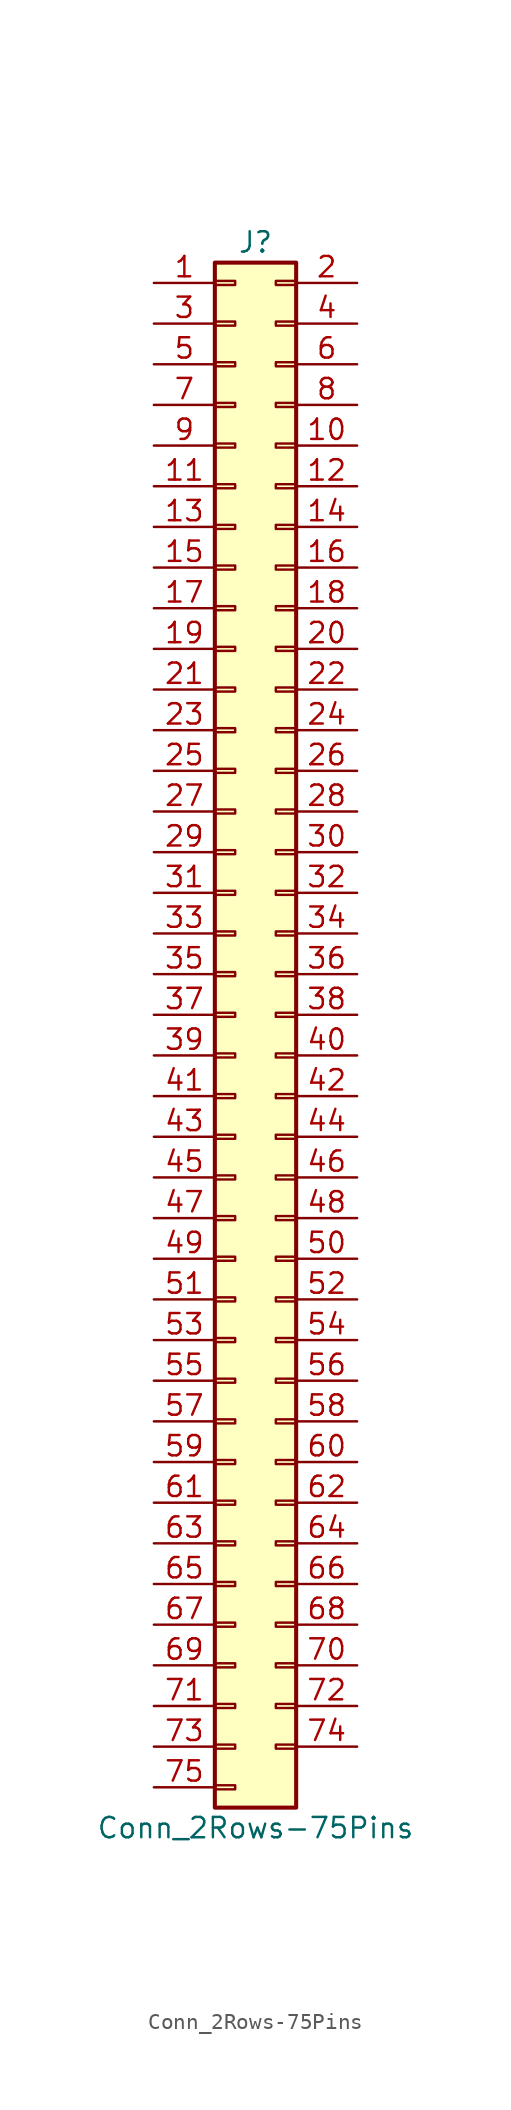
<source format=kicad_sym>
(kicad_symbol_lib
  (version 20220914)
  (generator kicad_symbol_editor)
  (symbol "Conn_2Rows-75Pins"
    (pin_names
      (offset 1.016) hide)
    (property "Reference" "J"
      (at 1.27 48.26 0)
      (effects (font (size 1.27 1.27))))
    (property "Value" "Conn_2Rows-75Pins"
      (at 1.27 -50.8 0)
      (effects (font (size 1.27 1.27))))
    (symbol "Conn_2Rows-75Pins_1_1"
      (rectangle (start -1.27 -48.133) (end 0 -48.387) (stroke (width 0.152) (type default)) (fill (type none)))
      (rectangle (start -1.27 -45.593) (end 0 -45.847) (stroke (width 0.152) (type default)) (fill (type none)))
      (rectangle (start -1.27 -43.053) (end 0 -43.307) (stroke (width 0.152) (type default)) (fill (type none)))
      (rectangle (start -1.27 -40.513) (end 0 -40.767) (stroke (width 0.152) (type default)) (fill (type none)))
      (rectangle (start -1.27 -37.973) (end 0 -38.227) (stroke (width 0.152) (type default)) (fill (type none)))
      (rectangle (start -1.27 -35.433) (end 0 -35.687) (stroke (width 0.152) (type default)) (fill (type none)))
      (rectangle (start -1.27 -32.893) (end 0 -33.147) (stroke (width 0.152) (type default)) (fill (type none)))
      (rectangle (start -1.27 -30.353) (end 0 -30.607) (stroke (width 0.152) (type default)) (fill (type none)))
      (rectangle (start -1.27 -27.813) (end 0 -28.067) (stroke (width 0.152) (type default)) (fill (type none)))
      (rectangle (start -1.27 -25.273) (end 0 -25.527) (stroke (width 0.152) (type default)) (fill (type none)))
      (rectangle (start -1.27 -22.733) (end 0 -22.987) (stroke (width 0.152) (type default)) (fill (type none)))
      (rectangle (start -1.27 -20.193) (end 0 -20.447) (stroke (width 0.152) (type default)) (fill (type none)))
      (rectangle (start -1.27 -17.653) (end 0 -17.907) (stroke (width 0.152) (type default)) (fill (type none)))
      (rectangle (start -1.27 -15.113) (end 0 -15.367) (stroke (width 0.152) (type default)) (fill (type none)))
      (rectangle (start -1.27 -12.573) (end 0 -12.827) (stroke (width 0.152) (type default)) (fill (type none)))
      (rectangle (start -1.27 -10.033) (end 0 -10.287) (stroke (width 0.152) (type default)) (fill (type none)))
      (rectangle (start -1.27 -7.493) (end 0 -7.747) (stroke (width 0.152) (type default)) (fill (type none)))
      (rectangle (start -1.27 -4.953) (end 0 -5.207) (stroke (width 0.152) (type default)) (fill (type none)))
      (rectangle (start -1.27 -2.413) (end 0 -2.667) (stroke (width 0.152) (type default)) (fill (type none)))
      (rectangle (start -1.27 0.127) (end 0 -0.127) (stroke (width 0.152) (type default)) (fill (type none)))
      (rectangle (start -1.27 2.667) (end 0 2.413) (stroke (width 0.152) (type default)) (fill (type none)))
      (rectangle (start -1.27 5.207) (end 0 4.953) (stroke (width 0.152) (type default)) (fill (type none)))
      (rectangle (start -1.27 7.747) (end 0 7.493) (stroke (width 0.152) (type default)) (fill (type none)))
      (rectangle (start -1.27 10.287) (end 0 10.033) (stroke (width 0.152) (type default)) (fill (type none)))
      (rectangle (start -1.27 12.827) (end 0 12.573) (stroke (width 0.152) (type default)) (fill (type none)))
      (rectangle (start -1.27 15.367) (end 0 15.113) (stroke (width 0.152) (type default)) (fill (type none)))
      (rectangle (start -1.27 17.907) (end 0 17.653) (stroke (width 0.152) (type default)) (fill (type none)))
      (rectangle (start -1.27 20.447) (end 0 20.193) (stroke (width 0.152) (type default)) (fill (type none)))
      (rectangle (start -1.27 22.987) (end 0 22.733) (stroke (width 0.152) (type default)) (fill (type none)))
      (rectangle (start -1.27 25.527) (end 0 25.273) (stroke (width 0.152) (type default)) (fill (type none)))
      (rectangle (start -1.27 28.067) (end 0 27.813) (stroke (width 0.152) (type default)) (fill (type none)))
      (rectangle (start -1.27 30.607) (end 0 30.353) (stroke (width 0.152) (type default)) (fill (type none)))
      (rectangle (start -1.27 33.147) (end 0 32.893) (stroke (width 0.152) (type default)) (fill (type none)))
      (rectangle (start -1.27 35.687) (end 0 35.433) (stroke (width 0.152) (type default)) (fill (type none)))
      (rectangle (start -1.27 38.227) (end 0 37.973) (stroke (width 0.152) (type default)) (fill (type none)))
      (rectangle (start -1.27 40.767) (end 0 40.513) (stroke (width 0.152) (type default)) (fill (type none)))
      (rectangle (start -1.27 43.307) (end 0 43.053) (stroke (width 0.152) (type default)) (fill (type none)))
      (rectangle (start -1.27 45.847) (end 0 45.593) (stroke (width 0.152) (type default)) (fill (type none)))
      (rectangle (start -1.27 46.99) (end 3.81 -49.53) (stroke (width 0.254) (type default)) (fill (type background)))
      (rectangle (start 3.81 -45.593) (end 2.54 -45.847) (stroke (width 0.152) (type default)) (fill (type none)))
      (rectangle (start 3.81 -43.053) (end 2.54 -43.307) (stroke (width 0.152) (type default)) (fill (type none)))
      (rectangle (start 3.81 -40.513) (end 2.54 -40.767) (stroke (width 0.152) (type default)) (fill (type none)))
      (rectangle (start 3.81 -37.973) (end 2.54 -38.227) (stroke (width 0.152) (type default)) (fill (type none)))
      (rectangle (start 3.81 -35.433) (end 2.54 -35.687) (stroke (width 0.152) (type default)) (fill (type none)))
      (rectangle (start 3.81 -32.893) (end 2.54 -33.147) (stroke (width 0.152) (type default)) (fill (type none)))
      (rectangle (start 3.81 -30.353) (end 2.54 -30.607) (stroke (width 0.152) (type default)) (fill (type none)))
      (rectangle (start 3.81 -27.813) (end 2.54 -28.067) (stroke (width 0.152) (type default)) (fill (type none)))
      (rectangle (start 3.81 -25.273) (end 2.54 -25.527) (stroke (width 0.152) (type default)) (fill (type none)))
      (rectangle (start 3.81 -22.733) (end 2.54 -22.987) (stroke (width 0.152) (type default)) (fill (type none)))
      (rectangle (start 3.81 -20.193) (end 2.54 -20.447) (stroke (width 0.152) (type default)) (fill (type none)))
      (rectangle (start 3.81 -17.653) (end 2.54 -17.907) (stroke (width 0.152) (type default)) (fill (type none)))
      (rectangle (start 3.81 -15.113) (end 2.54 -15.367) (stroke (width 0.152) (type default)) (fill (type none)))
      (rectangle (start 3.81 -12.573) (end 2.54 -12.827) (stroke (width 0.152) (type default)) (fill (type none)))
      (rectangle (start 3.81 -10.033) (end 2.54 -10.287) (stroke (width 0.152) (type default)) (fill (type none)))
      (rectangle (start 3.81 -7.493) (end 2.54 -7.747) (stroke (width 0.152) (type default)) (fill (type none)))
      (rectangle (start 3.81 -4.953) (end 2.54 -5.207) (stroke (width 0.152) (type default)) (fill (type none)))
      (rectangle (start 3.81 -2.413) (end 2.54 -2.667) (stroke (width 0.152) (type default)) (fill (type none)))
      (rectangle (start 3.81 0.127) (end 2.54 -0.127) (stroke (width 0.152) (type default)) (fill (type none)))
      (rectangle (start 3.81 2.667) (end 2.54 2.413) (stroke (width 0.152) (type default)) (fill (type none)))
      (rectangle (start 3.81 5.207) (end 2.54 4.953) (stroke (width 0.152) (type default)) (fill (type none)))
      (rectangle (start 3.81 7.747) (end 2.54 7.493) (stroke (width 0.152) (type default)) (fill (type none)))
      (rectangle (start 3.81 10.287) (end 2.54 10.033) (stroke (width 0.152) (type default)) (fill (type none)))
      (rectangle (start 3.81 12.827) (end 2.54 12.573) (stroke (width 0.152) (type default)) (fill (type none)))
      (rectangle (start 3.81 15.367) (end 2.54 15.113) (stroke (width 0.152) (type default)) (fill (type none)))
      (rectangle (start 3.81 17.907) (end 2.54 17.653) (stroke (width 0.152) (type default)) (fill (type none)))
      (rectangle (start 3.81 20.447) (end 2.54 20.193) (stroke (width 0.152) (type default)) (fill (type none)))
      (rectangle (start 3.81 22.987) (end 2.54 22.733) (stroke (width 0.152) (type default)) (fill (type none)))
      (rectangle (start 3.81 25.527) (end 2.54 25.273) (stroke (width 0.152) (type default)) (fill (type none)))
      (rectangle (start 3.81 28.067) (end 2.54 27.813) (stroke (width 0.152) (type default)) (fill (type none)))
      (rectangle (start 3.81 30.607) (end 2.54 30.353) (stroke (width 0.152) (type default)) (fill (type none)))
      (rectangle (start 3.81 33.147) (end 2.54 32.893) (stroke (width 0.152) (type default)) (fill (type none)))
      (rectangle (start 3.81 35.687) (end 2.54 35.433) (stroke (width 0.152) (type default)) (fill (type none)))
      (rectangle (start 3.81 38.227) (end 2.54 37.973) (stroke (width 0.152) (type default)) (fill (type none)))
      (rectangle (start 3.81 40.767) (end 2.54 40.513) (stroke (width 0.152) (type default)) (fill (type none)))
      (rectangle (start 3.81 43.307) (end 2.54 43.053) (stroke (width 0.152) (type default)) (fill (type none)))
      (rectangle (start 3.81 45.847) (end 2.54 45.593) (stroke (width 0.152) (type default)) (fill (type none)))
      (pin passive line (at -5.08 45.72 0) (length 3.81) (name "Pin_1" (effects (font (size 1.27 1.27)))) (number "1" (effects (font (size 1.27 1.27)))))
      (pin passive line (at 7.62 35.56 180) (length 3.81) (name "Pin_10" (effects (font (size 1.27 1.27)))) (number "10" (effects (font (size 1.27 1.27)))))
      (pin passive line (at -5.08 33.02 0) (length 3.81) (name "Pin_11" (effects (font (size 1.27 1.27)))) (number "11" (effects (font (size 1.27 1.27)))))
      (pin passive line (at 7.62 33.02 180) (length 3.81) (name "Pin_12" (effects (font (size 1.27 1.27)))) (number "12" (effects (font (size 1.27 1.27)))))
      (pin passive line (at -5.08 30.48 0) (length 3.81) (name "Pin_13" (effects (font (size 1.27 1.27)))) (number "13" (effects (font (size 1.27 1.27)))))
      (pin passive line (at 7.62 30.48 180) (length 3.81) (name "Pin_14" (effects (font (size 1.27 1.27)))) (number "14" (effects (font (size 1.27 1.27)))))
      (pin passive line (at -5.08 27.94 0) (length 3.81) (name "Pin_15" (effects (font (size 1.27 1.27)))) (number "15" (effects (font (size 1.27 1.27)))))
      (pin passive line (at 7.62 27.94 180) (length 3.81) (name "Pin_16" (effects (font (size 1.27 1.27)))) (number "16" (effects (font (size 1.27 1.27)))))
      (pin passive line (at -5.08 25.4 0) (length 3.81) (name "Pin_17" (effects (font (size 1.27 1.27)))) (number "17" (effects (font (size 1.27 1.27)))))
      (pin passive line (at 7.62 25.4 180) (length 3.81) (name "Pin_18" (effects (font (size 1.27 1.27)))) (number "18" (effects (font (size 1.27 1.27)))))
      (pin passive line (at -5.08 22.86 0) (length 3.81) (name "Pin_19" (effects (font (size 1.27 1.27)))) (number "19" (effects (font (size 1.27 1.27)))))
      (pin passive line (at 7.62 45.72 180) (length 3.81) (name "Pin_2" (effects (font (size 1.27 1.27)))) (number "2" (effects (font (size 1.27 1.27)))))
      (pin passive line (at 7.62 22.86 180) (length 3.81) (name "Pin_20" (effects (font (size 1.27 1.27)))) (number "20" (effects (font (size 1.27 1.27)))))
      (pin passive line (at -5.08 20.32 0) (length 3.81) (name "Pin_21" (effects (font (size 1.27 1.27)))) (number "21" (effects (font (size 1.27 1.27)))))
      (pin passive line (at 7.62 20.32 180) (length 3.81) (name "Pin_22" (effects (font (size 1.27 1.27)))) (number "22" (effects (font (size 1.27 1.27)))))
      (pin passive line (at -5.08 17.78 0) (length 3.81) (name "Pin_23" (effects (font (size 1.27 1.27)))) (number "23" (effects (font (size 1.27 1.27)))))
      (pin passive line (at 7.62 17.78 180) (length 3.81) (name "Pin_24" (effects (font (size 1.27 1.27)))) (number "24" (effects (font (size 1.27 1.27)))))
      (pin passive line (at -5.08 15.24 0) (length 3.81) (name "Pin_25" (effects (font (size 1.27 1.27)))) (number "25" (effects (font (size 1.27 1.27)))))
      (pin passive line (at 7.62 15.24 180) (length 3.81) (name "Pin_26" (effects (font (size 1.27 1.27)))) (number "26" (effects (font (size 1.27 1.27)))))
      (pin passive line (at -5.08 12.7 0) (length 3.81) (name "Pin_27" (effects (font (size 1.27 1.27)))) (number "27" (effects (font (size 1.27 1.27)))))
      (pin passive line (at 7.62 12.7 180) (length 3.81) (name "Pin_28" (effects (font (size 1.27 1.27)))) (number "28" (effects (font (size 1.27 1.27)))))
      (pin passive line (at -5.08 10.16 0) (length 3.81) (name "Pin_29" (effects (font (size 1.27 1.27)))) (number "29" (effects (font (size 1.27 1.27)))))
      (pin passive line (at -5.08 43.18 0) (length 3.81) (name "Pin_3" (effects (font (size 1.27 1.27)))) (number "3" (effects (font (size 1.27 1.27)))))
      (pin passive line (at 7.62 10.16 180) (length 3.81) (name "Pin_30" (effects (font (size 1.27 1.27)))) (number "30" (effects (font (size 1.27 1.27)))))
      (pin passive line (at -5.08 7.62 0) (length 3.81) (name "Pin_31" (effects (font (size 1.27 1.27)))) (number "31" (effects (font (size 1.27 1.27)))))
      (pin passive line (at 7.62 7.62 180) (length 3.81) (name "Pin_32" (effects (font (size 1.27 1.27)))) (number "32" (effects (font (size 1.27 1.27)))))
      (pin passive line (at -5.08 5.08 0) (length 3.81) (name "Pin_33" (effects (font (size 1.27 1.27)))) (number "33" (effects (font (size 1.27 1.27)))))
      (pin passive line (at 7.62 5.08 180) (length 3.81) (name "Pin_34" (effects (font (size 1.27 1.27)))) (number "34" (effects (font (size 1.27 1.27)))))
      (pin passive line (at -5.08 2.54 0) (length 3.81) (name "Pin_35" (effects (font (size 1.27 1.27)))) (number "35" (effects (font (size 1.27 1.27)))))
      (pin passive line (at 7.62 2.54 180) (length 3.81) (name "Pin_36" (effects (font (size 1.27 1.27)))) (number "36" (effects (font (size 1.27 1.27)))))
      (pin passive line (at -5.08 0 0) (length 3.81) (name "Pin_37" (effects (font (size 1.27 1.27)))) (number "37" (effects (font (size 1.27 1.27)))))
      (pin passive line (at 7.62 0 180) (length 3.81) (name "Pin_38" (effects (font (size 1.27 1.27)))) (number "38" (effects (font (size 1.27 1.27)))))
      (pin passive line (at -5.08 -2.54 0) (length 3.81) (name "Pin_39" (effects (font (size 1.27 1.27)))) (number "39" (effects (font (size 1.27 1.27)))))
      (pin passive line (at 7.62 43.18 180) (length 3.81) (name "Pin_4" (effects (font (size 1.27 1.27)))) (number "4" (effects (font (size 1.27 1.27)))))
      (pin passive line (at 7.62 -2.54 180) (length 3.81) (name "Pin_40" (effects (font (size 1.27 1.27)))) (number "40" (effects (font (size 1.27 1.27)))))
      (pin passive line (at -5.08 -5.08 0) (length 3.81) (name "Pin_41" (effects (font (size 1.27 1.27)))) (number "41" (effects (font (size 1.27 1.27)))))
      (pin passive line (at 7.62 -5.08 180) (length 3.81) (name "Pin_42" (effects (font (size 1.27 1.27)))) (number "42" (effects (font (size 1.27 1.27)))))
      (pin passive line (at -5.08 -7.62 0) (length 3.81) (name "Pin_43" (effects (font (size 1.27 1.27)))) (number "43" (effects (font (size 1.27 1.27)))))
      (pin passive line (at 7.62 -7.62 180) (length 3.81) (name "Pin_44" (effects (font (size 1.27 1.27)))) (number "44" (effects (font (size 1.27 1.27)))))
      (pin passive line (at -5.08 -10.16 0) (length 3.81) (name "Pin_45" (effects (font (size 1.27 1.27)))) (number "45" (effects (font (size 1.27 1.27)))))
      (pin passive line (at 7.62 -10.16 180) (length 3.81) (name "Pin_46" (effects (font (size 1.27 1.27)))) (number "46" (effects (font (size 1.27 1.27)))))
      (pin passive line (at -5.08 -12.7 0) (length 3.81) (name "Pin_47" (effects (font (size 1.27 1.27)))) (number "47" (effects (font (size 1.27 1.27)))))
      (pin passive line (at 7.62 -12.7 180) (length 3.81) (name "Pin_48" (effects (font (size 1.27 1.27)))) (number "48" (effects (font (size 1.27 1.27)))))
      (pin passive line (at -5.08 -15.24 0) (length 3.81) (name "Pin_49" (effects (font (size 1.27 1.27)))) (number "49" (effects (font (size 1.27 1.27)))))
      (pin passive line (at -5.08 40.64 0) (length 3.81) (name "Pin_5" (effects (font (size 1.27 1.27)))) (number "5" (effects (font (size 1.27 1.27)))))
      (pin passive line (at 7.62 -15.24 180) (length 3.81) (name "Pin_50" (effects (font (size 1.27 1.27)))) (number "50" (effects (font (size 1.27 1.27)))))
      (pin passive line (at -5.08 -17.78 0) (length 3.81) (name "Pin_51" (effects (font (size 1.27 1.27)))) (number "51" (effects (font (size 1.27 1.27)))))
      (pin passive line (at 7.62 -17.78 180) (length 3.81) (name "Pin_52" (effects (font (size 1.27 1.27)))) (number "52" (effects (font (size 1.27 1.27)))))
      (pin passive line (at -5.08 -20.32 0) (length 3.81) (name "Pin_53" (effects (font (size 1.27 1.27)))) (number "53" (effects (font (size 1.27 1.27)))))
      (pin passive line (at 7.62 -20.32 180) (length 3.81) (name "Pin_54" (effects (font (size 1.27 1.27)))) (number "54" (effects (font (size 1.27 1.27)))))
      (pin passive line (at -5.08 -22.86 0) (length 3.81) (name "Pin_55" (effects (font (size 1.27 1.27)))) (number "55" (effects (font (size 1.27 1.27)))))
      (pin passive line (at 7.62 -22.86 180) (length 3.81) (name "Pin_56" (effects (font (size 1.27 1.27)))) (number "56" (effects (font (size 1.27 1.27)))))
      (pin passive line (at -5.08 -25.4 0) (length 3.81) (name "Pin_57" (effects (font (size 1.27 1.27)))) (number "57" (effects (font (size 1.27 1.27)))))
      (pin passive line (at 7.62 -25.4 180) (length 3.81) (name "Pin_58" (effects (font (size 1.27 1.27)))) (number "58" (effects (font (size 1.27 1.27)))))
      (pin passive line (at -5.08 -27.94 0) (length 3.81) (name "Pin_59" (effects (font (size 1.27 1.27)))) (number "59" (effects (font (size 1.27 1.27)))))
      (pin passive line (at 7.62 40.64 180) (length 3.81) (name "Pin_6" (effects (font (size 1.27 1.27)))) (number "6" (effects (font (size 1.27 1.27)))))
      (pin passive line (at 7.62 -27.94 180) (length 3.81) (name "Pin_60" (effects (font (size 1.27 1.27)))) (number "60" (effects (font (size 1.27 1.27)))))
      (pin passive line (at -5.08 -30.48 0) (length 3.81) (name "Pin_61" (effects (font (size 1.27 1.27)))) (number "61" (effects (font (size 1.27 1.27)))))
      (pin passive line (at 7.62 -30.48 180) (length 3.81) (name "Pin_62" (effects (font (size 1.27 1.27)))) (number "62" (effects (font (size 1.27 1.27)))))
      (pin passive line (at -5.08 -33.02 0) (length 3.81) (name "Pin_63" (effects (font (size 1.27 1.27)))) (number "63" (effects (font (size 1.27 1.27)))))
      (pin passive line (at 7.62 -33.02 180) (length 3.81) (name "Pin_64" (effects (font (size 1.27 1.27)))) (number "64" (effects (font (size 1.27 1.27)))))
      (pin passive line (at -5.08 -35.56 0) (length 3.81) (name "Pin_65" (effects (font (size 1.27 1.27)))) (number "65" (effects (font (size 1.27 1.27)))))
      (pin passive line (at 7.62 -35.56 180) (length 3.81) (name "Pin_66" (effects (font (size 1.27 1.27)))) (number "66" (effects (font (size 1.27 1.27)))))
      (pin passive line (at -5.08 -38.1 0) (length 3.81) (name "Pin_67" (effects (font (size 1.27 1.27)))) (number "67" (effects (font (size 1.27 1.27)))))
      (pin passive line (at 7.62 -38.1 180) (length 3.81) (name "Pin_68" (effects (font (size 1.27 1.27)))) (number "68" (effects (font (size 1.27 1.27)))))
      (pin passive line (at -5.08 -40.64 0) (length 3.81) (name "Pin_69" (effects (font (size 1.27 1.27)))) (number "69" (effects (font (size 1.27 1.27)))))
      (pin passive line (at -5.08 38.1 0) (length 3.81) (name "Pin_7" (effects (font (size 1.27 1.27)))) (number "7" (effects (font (size 1.27 1.27)))))
      (pin passive line (at 7.62 -40.64 180) (length 3.81) (name "Pin_70" (effects (font (size 1.27 1.27)))) (number "70" (effects (font (size 1.27 1.27)))))
      (pin passive line (at -5.08 -43.18 0) (length 3.81) (name "Pin_71" (effects (font (size 1.27 1.27)))) (number "71" (effects (font (size 1.27 1.27)))))
      (pin passive line (at 7.62 -43.18 180) (length 3.81) (name "Pin_72" (effects (font (size 1.27 1.27)))) (number "72" (effects (font (size 1.27 1.27)))))
      (pin passive line (at -5.08 -45.72 0) (length 3.81) (name "Pin_73" (effects (font (size 1.27 1.27)))) (number "73" (effects (font (size 1.27 1.27)))))
      (pin passive line (at 7.62 -45.72 180) (length 3.81) (name "Pin_74" (effects (font (size 1.27 1.27)))) (number "74" (effects (font (size 1.27 1.27)))))
      (pin passive line (at -5.08 -48.26 0) (length 3.81) (name "Pin_75" (effects (font (size 1.27 1.27)))) (number "75" (effects (font (size 1.27 1.27)))))
      (pin passive line (at 7.62 38.1 180) (length 3.81) (name "Pin_8" (effects (font (size 1.27 1.27)))) (number "8" (effects (font (size 1.27 1.27)))))
      (pin passive line (at -5.08 35.56 0) (length 3.81) (name "Pin_9" (effects (font (size 1.27 1.27)))) (number "9" (effects (font (size 1.27 1.27))))))))
</source>
